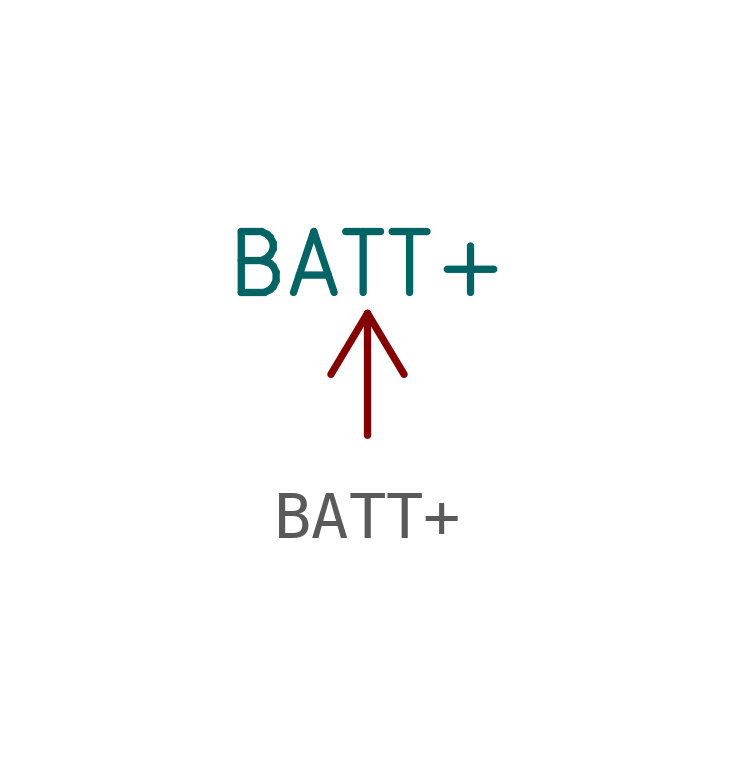
<source format=kicad_sym>
(kicad_symbol_lib
  (version 20220914)
  (generator kicad_symbol_editor)
  (symbol "BATT+"
    (power)
    (pin_names
      (offset 0))
    (property "Reference" "#PWR"
      (at 0 -3.81 0)
      (effects (font (size 1.27 1.27)) hide))
    (property "Value" "BATT+"
      (at 0 3.556 0)
      (effects (font (size 1.27 1.27))))
    (symbol "BATT+_0_1"
      (polyline (pts (xy -0.762 1.27) (xy 0 2.54)) (stroke (width 0) (type default)) (fill (type none)))
      (polyline (pts (xy 0 0) (xy 0 2.54)) (stroke (width 0) (type default)) (fill (type none)))
      (polyline (pts (xy 0 2.54) (xy 0.762 1.27)) (stroke (width 0) (type default)) (fill (type none))))
    (symbol "BATT+_1_1"
      (pin power_in line (at 0 0 90) (length 0) hide (name "BATT+" (effects (font (size 1.27 1.27)))) (number "1" (effects (font (size 1.27 1.27))))))))
</source>
